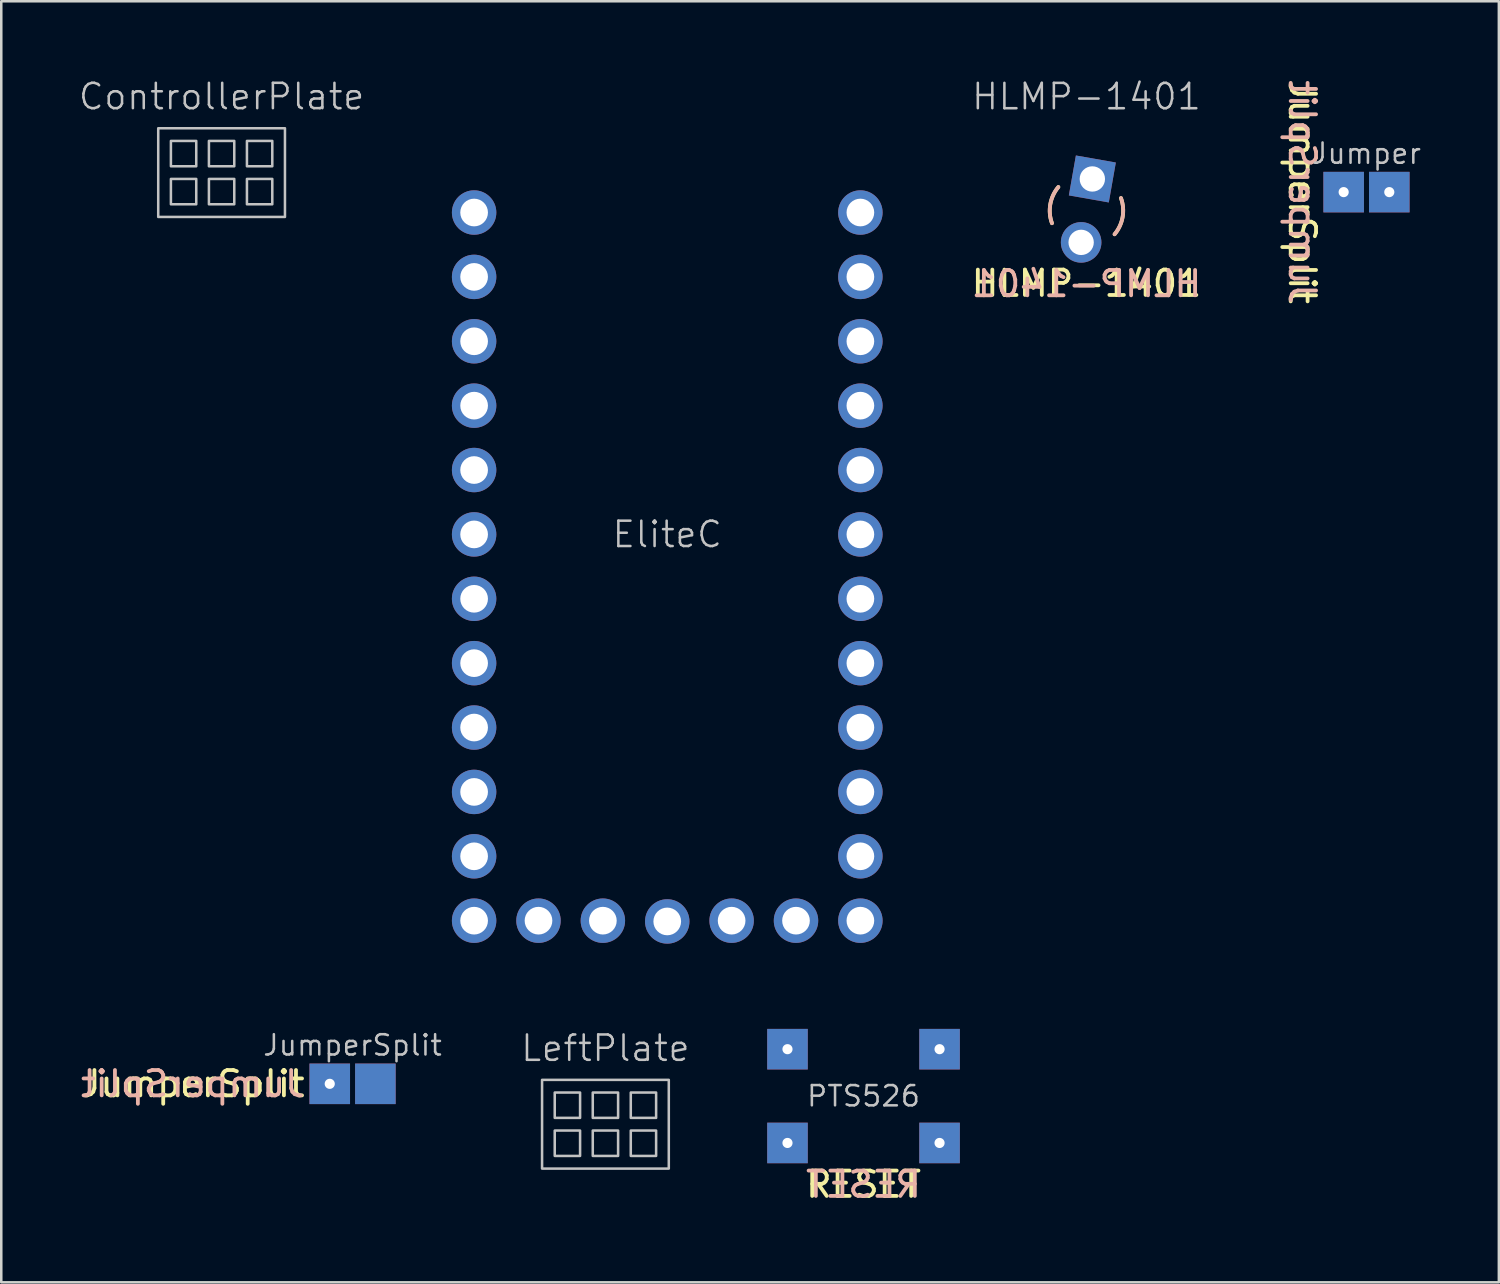
<source format=kicad_pcb>
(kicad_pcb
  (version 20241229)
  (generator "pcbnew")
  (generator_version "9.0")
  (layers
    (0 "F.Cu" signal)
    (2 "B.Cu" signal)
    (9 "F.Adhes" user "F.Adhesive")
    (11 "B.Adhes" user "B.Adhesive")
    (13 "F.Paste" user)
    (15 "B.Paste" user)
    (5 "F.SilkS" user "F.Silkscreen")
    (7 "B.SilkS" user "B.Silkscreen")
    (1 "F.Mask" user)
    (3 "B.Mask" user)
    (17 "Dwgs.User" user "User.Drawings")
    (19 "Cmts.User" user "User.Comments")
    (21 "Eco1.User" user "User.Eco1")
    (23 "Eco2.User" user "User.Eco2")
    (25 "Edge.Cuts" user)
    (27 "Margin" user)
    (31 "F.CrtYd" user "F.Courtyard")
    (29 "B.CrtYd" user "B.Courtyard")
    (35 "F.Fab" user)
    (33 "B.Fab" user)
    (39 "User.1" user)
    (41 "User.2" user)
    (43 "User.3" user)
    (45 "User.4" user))
  (footprint "LeftPlate"
    (layer "F.Cu")
    (at 20.837 41.306)
    (property "Reference" "LeftPlate" (at 0 -3 0) (unlocked yes) (layer "Dwgs.User") (effects (font (size 1 1) (thickness 0.1))))
    (fp_rect (start -2.5 -1.75) (end 2.5 1.75) (stroke (width 0.1) (type default)) (fill no) (layer "Dwgs.User"))
    (fp_rect (start -2 -0.25) (end -1 -1.25) (stroke (width 0.1) (type default)) (fill no) (layer "Dwgs.User"))
    (fp_rect (start -2 1.25) (end -1 0.25) (stroke (width 0.1) (type default)) (fill no) (layer "Dwgs.User"))
    (fp_rect (start -0.5 -0.25) (end 0.5 -1.25) (stroke (width 0.1) (type default)) (fill no) (layer "Dwgs.User"))
    (fp_rect (start -0.5 1.25) (end 0.5 0.25) (stroke (width 0.1) (type default)) (fill no) (layer "Dwgs.User"))
    (fp_rect (start 1 -0.25) (end 2 -1.25) (stroke (width 0.1) (type default)) (fill no) (layer "Dwgs.User"))
    (fp_rect (start 1 1.25) (end 2 0.25) (stroke (width 0.1) (type default)) (fill no) (layer "Dwgs.User")))
  (footprint "HLMP-1401"
    (layer "F.Cu")
    (at 39.816 5.261)
    (property "Reference" "HLMP-1401" (at 0 -4.5 0) (unlocked yes) (layer "Dwgs.User") (effects (font (size 1 1) (thickness 0.1))))
    (property "Value" "HLMP-1401" (at 0 -3 0) (unlocked yes) (layer "Dwgs.User") (hide yes) (effects (font (size 1 1) (thickness 0.1))))
    (attr smd)
    (fp_arc (start -1.361614 0.495587) (mid -1.426986 -0.251616) (end -1.109998 -0.931399) (stroke (width 0.15) (type default)) (layer "F.SilkS"))
    (fp_arc (start 1.361615 -0.495587) (mid 1.426987 0.251616) (end 1.109999 0.931399) (stroke (width 0.15) (type default)) (layer "F.SilkS"))
    (fp_arc (start -1.361615 0.495587) (mid -1.426987 -0.251616) (end -1.109999 -0.931399) (stroke (width 0.15) (type default)) (layer "B.SilkS"))
    (fp_arc (start 1.361614 -0.495587) (mid 1.426986 0.251616) (end 1.109998 0.931399) (stroke (width 0.15) (type default)) (layer "B.SilkS"))
    (fp_circle (center 0 0) (end 1.501 0.265) (stroke (width 0.001) (type default)) (fill no) (layer "Dwgs.User"))
    (fp_text user "${VALUE}" (at 0 2.286 0) (unlocked yes) (layer "F.SilkS") (effects (font (size 1 1) (thickness 0.15)) (justify top)))
    (fp_text user "${VALUE}" (at 0 2.3 0) (unlocked yes) (layer "B.SilkS") (effects (font (size 1 1) (thickness 0.15)) (justify top mirror)))
    (pad "1" thru_hole rect (at 0.232 -1.25 260) (size 1.6 1.6) (drill 1) (layers "*.Cu" "*.Mask"))
    (pad "2" thru_hole circle (at -0.21 1.252 260) (size 1.6 1.6) (drill 1) (layers "*.Cu" "*.Mask")))
  (footprint "EliteC"
    (layer "F.Cu")
    (at 23.276 18.035)
    (property "Reference" "EliteC" (at 0 0 0) (unlocked yes) (layer "Dwgs.User") (effects (font (size 1 1) (thickness 0.1))))
    (attr through_hole)
    (fp_rect (start 3.556 -18.034) (end -3.81 -12.954) (stroke (width 0.001) (type default)) (fill no) (layer "Dwgs.User"))
    (fp_rect (start 8.89 -16.51) (end -8.89 16.51) (stroke (width 0.001) (type default)) (fill no) (layer "F.Fab"))
    (pad "1" thru_hole circle (at -7.62 -12.7 270) (size 1.753 1.753) (drill 1.092) (layers "*.Cu" "*.Mask"))
    (pad "2" thru_hole circle (at -7.62 -10.16 270) (size 1.753 1.753) (drill 1.092) (layers "*.Cu" "*.Mask"))
    (pad "3" thru_hole circle (at -7.62 -7.62 270) (size 1.753 1.753) (drill 1.092) (layers "*.Cu" "*.Mask"))
    (pad "4" thru_hole circle (at -7.62 -5.08 270) (size 1.753 1.753) (drill 1.092) (layers "*.Cu" "*.Mask"))
    (pad "5" thru_hole circle (at -7.62 -2.54 270) (size 1.753 1.753) (drill 1.092) (layers "*.Cu" "*.Mask"))
    (pad "6" thru_hole circle (at -7.62 0 270) (size 1.753 1.753) (drill 1.092) (layers "*.Cu" "*.Mask"))
    (pad "7" thru_hole circle (at -7.62 2.54 270) (size 1.753 1.753) (drill 1.092) (layers "*.Cu" "*.Mask"))
    (pad "8" thru_hole circle (at -7.62 5.08 270) (size 1.753 1.753) (drill 1.092) (layers "*.Cu" "*.Mask"))
    (pad "9" thru_hole circle (at -7.62 7.62 270) (size 1.753 1.753) (drill 1.092) (layers "*.Cu" "*.Mask"))
    (pad "10" thru_hole circle (at -7.62 10.16 270) (size 1.753 1.753) (drill 1.092) (layers "*.Cu" "*.Mask"))
    (pad "11" thru_hole circle (at -7.62 12.7 270) (size 1.753 1.753) (drill 1.092) (layers "*.Cu" "*.Mask"))
    (pad "12" thru_hole circle (at -7.62 15.24 270) (size 1.753 1.753) (drill 1.092) (layers "*.Cu" "*.Mask"))
    (pad "13" thru_hole circle (at 7.62 15.24 270) (size 1.753 1.753) (drill 1.092) (layers "*.Cu" "*.Mask"))
    (pad "14" thru_hole circle (at 7.62 12.7 270) (size 1.753 1.753) (drill 1.092) (layers "*.Cu" "*.Mask"))
    (pad "15" thru_hole circle (at 7.62 10.16 270) (size 1.753 1.753) (drill 1.092) (layers "*.Cu" "*.Mask"))
    (pad "16" thru_hole circle (at 7.62 7.62 270) (size 1.753 1.753) (drill 1.092) (layers "*.Cu" "*.Mask"))
    (pad "17" thru_hole circle (at 7.62 5.08 270) (size 1.753 1.753) (drill 1.092) (layers "*.Cu" "*.Mask"))
    (pad "18" thru_hole circle (at 7.62 2.54 270) (size 1.753 1.753) (drill 1.092) (layers "*.Cu" "*.Mask"))
    (pad "19" thru_hole circle (at 7.62 0 270) (size 1.753 1.753) (drill 1.092) (layers "*.Cu" "*.Mask"))
    (pad "20" thru_hole circle (at 7.62 -2.54 270) (size 1.753 1.753) (drill 1.092) (layers "*.Cu" "*.Mask"))
    (pad "21" thru_hole circle (at 7.62 -5.08 270) (size 1.753 1.753) (drill 1.092) (layers "*.Cu" "*.Mask"))
    (pad "22" thru_hole circle (at 7.62 -7.62 270) (size 1.753 1.753) (drill 1.092) (layers "*.Cu" "*.Mask"))
    (pad "23" thru_hole circle (at 7.62 -10.16 270) (size 1.753 1.753) (drill 1.092) (layers "*.Cu" "*.Mask"))
    (pad "24" thru_hole circle (at 7.62 -12.7 270) (size 1.753 1.753) (drill 1.092) (layers "*.Cu" "*.Mask"))
    (pad "25" thru_hole circle (at -5.08 15.24 270) (size 1.753 1.753) (drill 1.092) (layers "*.Cu" "*.Mask"))
    (pad "26" thru_hole circle (at -2.54 15.24 270) (size 1.753 1.753) (drill 1.092) (layers "*.Cu" "*.Mask"))
    (pad "27" thru_hole circle (at 0 15.27 270) (size 1.753 1.753) (drill 1.092) (layers "*.Cu" "*.Mask"))
    (pad "28" thru_hole circle (at 2.54 15.24 270) (size 1.753 1.753) (drill 1.092) (layers "*.Cu" "*.Mask"))
    (pad "29" thru_hole circle (at 5.08 15.24 270) (size 1.753 1.753) (drill 1.092) (layers "*.Cu" "*.Mask")))
  (footprint "Jumper"
    (layer "F.Cu")
    (at 50.864 4.53)
    (property "Reference" "Jumper" (at 0 -1.524 0) (unlocked yes) (layer "Dwgs.User") (effects (font (size 0.8 0.8) (thickness 0.1))))
    (property "Value" "JumperSplit" (at 0 1.524 0) (unlocked yes) (layer "F.Fab") (hide yes) (effects (font (size 1 1) (thickness 0.1))))
    (attr smd)
    (fp_text user "${VALUE}" (at -1.95 0 270) (unlocked yes) (layer "F.SilkS") (effects (font (size 1 1) (thickness 0.15)) (justify top)))
    (fp_text user "${VALUE}" (at -1.95 0 270) (unlocked yes) (layer "B.SilkS") (effects (font (size 1 1) (thickness 0.15)) (justify top mirror)))
    (pad "1" thru_hole rect (at -0.9 0) (size 1.6 1.6) (drill 0.4) (layers "*.Cu" "*.Paste" "*.Mask"))
    (pad "2" thru_hole rect (at 0.9 0) (size 1.6 1.6) (drill 0.4) (layers "*.Cu" "*.Paste" "*.Mask")))
  (footprint "ControllerPlate"
    (layer "F.Cu")
    (at 5.693 3.76)
    (property "Reference" "ControllerPlate" (at 0 -3 0) (unlocked yes) (layer "Dwgs.User") (effects (font (size 1 1) (thickness 0.1))))
    (attr through_hole)
    (fp_rect (start -2.5 -1.75) (end 2.5 1.75) (stroke (width 0.1) (type default)) (fill no) (layer "Dwgs.User"))
    (fp_rect (start -2 -0.25) (end -1 -1.25) (stroke (width 0.1) (type default)) (fill no) (layer "Dwgs.User"))
    (fp_rect (start -2 1.25) (end -1 0.25) (stroke (width 0.1) (type default)) (fill no) (layer "Dwgs.User"))
    (fp_rect (start -0.5 -0.25) (end 0.5 -1.25) (stroke (width 0.1) (type default)) (fill no) (layer "Dwgs.User"))
    (fp_rect (start -0.5 1.25) (end 0.5 0.25) (stroke (width 0.1) (type default)) (fill no) (layer "Dwgs.User"))
    (fp_rect (start 1 -0.25) (end 2 -1.25) (stroke (width 0.1) (type default)) (fill no) (layer "Dwgs.User"))
    (fp_rect (start 1 1.25) (end 2 0.25) (stroke (width 0.1) (type default)) (fill no) (layer "Dwgs.User")))
  (footprint "PTS526"
    (layer "F.Cu")
    (at 31.02 40.195)
    (property "Reference" "PTS526" (at 0 0 0) (unlocked yes) (layer "Dwgs.User") (effects (font (size 0.8 0.8) (thickness 0.1))))
    (attr smd)
    (fp_rect (start -2.6 -2.6) (end 2.6 2.6) (stroke (width 0.001) (type default)) (fill no) (layer "B.Fab"))
    (fp_rect (start -2.6 -2.6) (end 2.6 2.6) (stroke (width 0.001) (type default)) (fill no) (layer "F.Fab"))
    (fp_text user "RESET" (at 0 2.9 0) (unlocked yes) (layer "F.SilkS") (effects (font (size 1 1) (thickness 0.15)) (justify top)))
    (fp_text user "RESET" (at 0 2.9 0) (unlocked yes) (layer "B.SilkS") (effects (font (size 1 1) (thickness 0.15)) (justify top mirror)))
    (pad "1" thru_hole rect (at -3 -1.85) (size 1.6 1.6) (drill 0.4) (layers "*.Cu" "*.Paste" "*.Mask"))
    (pad "2" thru_hole rect (at 3 -1.85) (size 1.6 1.6) (drill 0.4) (layers "*.Cu" "*.Paste" "*.Mask"))
    (pad "3" thru_hole rect (at -3 1.85) (size 1.6 1.6) (drill 0.4) (layers "*.Cu" "*.Paste" "*.Mask"))
    (pad "4" thru_hole rect (at 3 1.85) (size 1.6 1.6) (drill 0.4) (layers "*.Cu" "*.Paste" "*.Mask")))
  (footprint "JumperSplit"
    (layer "F.Cu")
    (at 10.86 39.712)
    (property "Reference" "JumperSplit" (at 0 -1.524 0) (unlocked yes) (layer "Dwgs.User") (effects (font (size 0.8 0.8) (thickness 0.1))))
    (attr smd)
    (fp_rect (start -0.1 -0.8) (end 0.1 0.8) (stroke (width 0) (type solid)) (fill yes) (layer "F.Mask"))
    (fp_rect (start -0.1 -0.8) (end 0.1 0.8) (stroke (width 0) (type solid)) (fill yes) (layer "B.Mask"))
    (fp_text user "${REFERENCE}" (at -1.8 0 0) (unlocked yes) (layer "F.SilkS") (effects (font (size 1 1) (thickness 0.15)) (justify right)))
    (fp_text user "${REFERENCE}" (at -1.8 0 0) (unlocked yes) (layer "B.SilkS") (effects (font (size 1 1) (thickness 0.15)) (justify left mirror)))
    (pad "1" thru_hole rect (at -0.9 0) (size 1.6 1.6) (drill 0.4) (layers "*.Cu" "*.Paste" "*.Mask"))
    (pad "2" smd rect (at 0.9 0) (size 1.6 1.6) (layers "F.Cu" "F.Mask" "F.Paste"))
    (pad "3" smd rect (at 0.9 0) (size 1.6 1.6) (layers "B.Cu" "B.Mask" "B.Paste")))
  (gr_rect
    (start -3 -3)
    (end 56.087 47.545)
    (stroke (width 0.1) (type default))
    (fill no)
    (layer "Edge.Cuts")))
</source>
